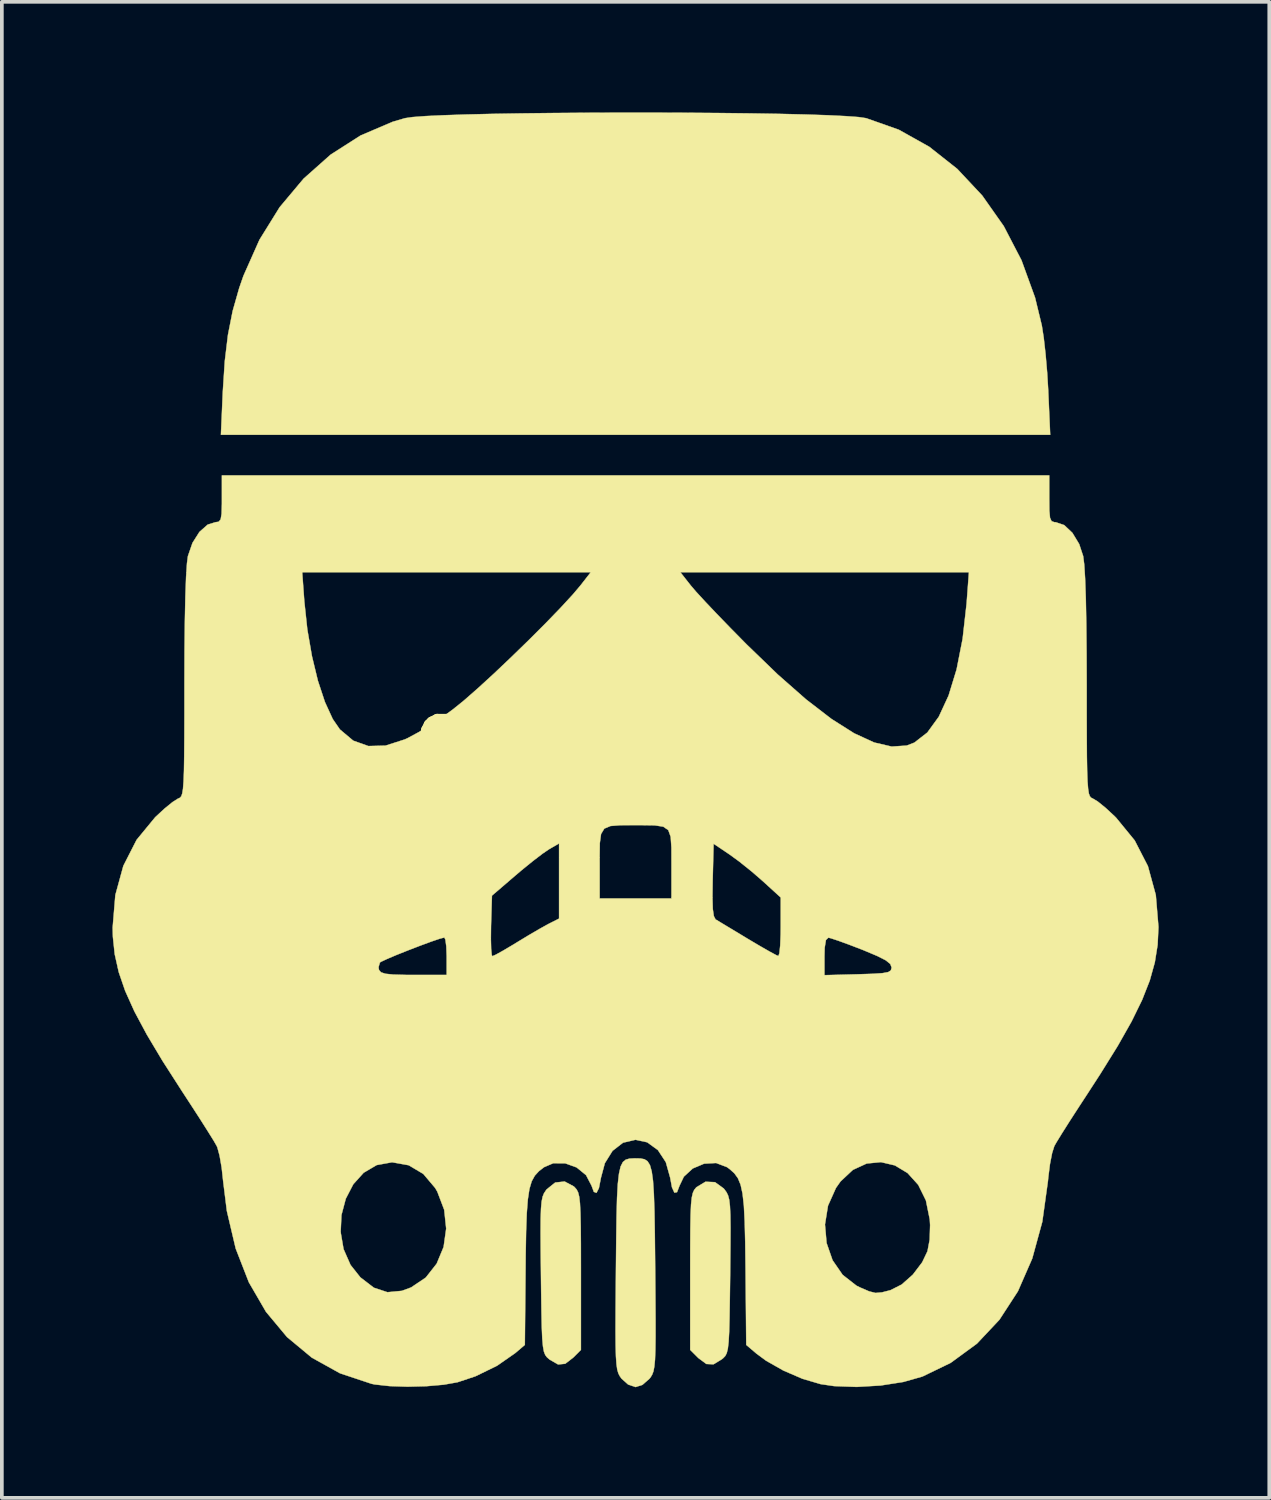
<source format=kicad_pcb>
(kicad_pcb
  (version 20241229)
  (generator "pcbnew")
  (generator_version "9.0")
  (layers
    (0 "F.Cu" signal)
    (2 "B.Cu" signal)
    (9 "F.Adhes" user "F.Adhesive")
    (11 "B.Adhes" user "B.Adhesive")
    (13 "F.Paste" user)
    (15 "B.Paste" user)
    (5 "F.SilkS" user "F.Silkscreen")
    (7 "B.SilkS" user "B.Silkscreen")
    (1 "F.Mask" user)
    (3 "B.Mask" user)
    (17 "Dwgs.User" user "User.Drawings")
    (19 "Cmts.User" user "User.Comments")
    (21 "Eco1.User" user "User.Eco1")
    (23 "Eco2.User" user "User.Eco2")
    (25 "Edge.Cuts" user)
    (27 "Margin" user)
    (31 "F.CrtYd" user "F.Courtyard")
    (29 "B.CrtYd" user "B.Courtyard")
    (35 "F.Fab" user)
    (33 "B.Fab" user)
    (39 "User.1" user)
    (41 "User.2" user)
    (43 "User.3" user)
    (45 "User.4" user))
  (footprint "Storm_silk"
    (layer "F.Cu")
    (at 14.143 17.293)
    (property "Reference" "Storm_silk" (at 0 0 0) (layer "F.SilkS") (effects (font (size 1.524 1.524) (thickness 0.3))))
    (attr through_hole)
    (fp_poly (pts (xy -1.631 11.832) (xy -1.609 11.853) (xy -1.556 11.914) (xy -1.516 11.992) (xy -1.486 12.109) (xy -1.465 12.287) (xy -1.452 12.545) (xy -1.444 12.905) (xy -1.44 13.389) (xy -1.439 14.017) (xy -1.439 14.143) (xy -1.439 16.264) (xy -1.647 16.472) (xy -1.864 16.64) (xy -2.058 16.659) (xy -2.28 16.532) (xy -2.298 16.518) (xy -2.36 16.464) (xy -2.407 16.402) (xy -2.443 16.309) (xy -2.469 16.166) (xy -2.488 15.951) (xy -2.501 15.642) (xy -2.51 15.219) (xy -2.518 14.661) (xy -2.523 14.248) (xy -2.53 13.596) (xy -2.533 13.091) (xy -2.531 12.712) (xy -2.522 12.436) (xy -2.505 12.243) (xy -2.478 12.11) (xy -2.44 12.016) (xy -2.389 11.939) (xy -2.369 11.912) (xy -2.137 11.726) (xy -1.881 11.698) (xy -1.631 11.832)) (stroke (width 0.01) (type solid)) (fill yes) (layer "F.SilkS"))
    (fp_poly (pts (xy 2.197 11.716) (xy 2.433 11.887) (xy 2.453 11.912) (xy 2.509 11.989) (xy 2.551 12.075) (xy 2.582 12.192) (xy 2.602 12.363) (xy 2.614 12.607) (xy 2.618 12.949) (xy 2.616 13.409) (xy 2.61 14.008) (xy 2.608 14.248) (xy 2.599 14.899) (xy 2.591 15.401) (xy 2.581 15.777) (xy 2.566 16.046) (xy 2.545 16.23) (xy 2.515 16.351) (xy 2.475 16.429) (xy 2.422 16.485) (xy 2.382 16.518) (xy 2.157 16.655) (xy 1.962 16.646) (xy 1.749 16.488) (xy 1.732 16.472) (xy 1.524 16.264) (xy 1.524 14.143) (xy 1.525 13.488) (xy 1.528 12.98) (xy 1.535 12.6) (xy 1.547 12.325) (xy 1.567 12.135) (xy 1.595 12.009) (xy 1.633 11.926) (xy 1.683 11.864) (xy 1.693 11.853) (xy 1.94 11.704) (xy 2.197 11.716)) (stroke (width 0.01) (type solid)) (fill yes) (layer "F.SilkS"))
    (fp_poly (pts (xy 0.175 11.073) (xy 0.283 11.094) (xy 0.368 11.149) (xy 0.433 11.254) (xy 0.481 11.426) (xy 0.516 11.68) (xy 0.539 12.035) (xy 0.555 12.505) (xy 0.565 13.107) (xy 0.573 13.857) (xy 0.575 14.084) (xy 0.581 14.837) (xy 0.585 15.439) (xy 0.585 15.909) (xy 0.58 16.266) (xy 0.57 16.528) (xy 0.552 16.714) (xy 0.528 16.843) (xy 0.494 16.933) (xy 0.452 17.004) (xy 0.42 17.045) (xy 0.229 17.212) (xy 0.042 17.272) (xy -0.159 17.203) (xy -0.336 17.045) (xy -0.385 16.977) (xy -0.424 16.901) (xy -0.454 16.798) (xy -0.475 16.649) (xy -0.49 16.435) (xy -0.498 16.138) (xy -0.501 15.739) (xy -0.499 15.22) (xy -0.494 14.561) (xy -0.49 14.084) (xy -0.482 13.291) (xy -0.473 12.651) (xy -0.46 12.148) (xy -0.439 11.764) (xy -0.407 11.485) (xy -0.363 11.292) (xy -0.302 11.171) (xy -0.223 11.105) (xy -0.122 11.077) (xy 0.004 11.07) (xy 0.042 11.07) (xy 0.175 11.073)) (stroke (width 0.01) (type solid)) (fill yes) (layer "F.SilkS"))
    (fp_poly (pts (xy 0.515 -17.288) (xy 1.432 -17.285) (xy 2.322 -17.278) (xy 3.167 -17.268) (xy 3.949 -17.255) (xy 4.651 -17.238) (xy 5.255 -17.218) (xy 5.743 -17.194) (xy 6.096 -17.168) (xy 6.295 -17.138) (xy 7.181 -16.825) (xy 8.008 -16.362) (xy 8.766 -15.763) (xy 9.443 -15.041) (xy 10.028 -14.21) (xy 10.509 -13.284) (xy 10.876 -12.274) (xy 11.06 -11.515) (xy 11.112 -11.18) (xy 11.162 -10.734) (xy 11.205 -10.233) (xy 11.235 -9.734) (xy 11.235 -9.716) (xy 11.287 -8.551) (xy -11.202 -8.551) (xy -11.151 -9.716) (xy -11.097 -10.549) (xy -11.011 -11.264) (xy -10.884 -11.908) (xy -10.707 -12.53) (xy -10.591 -12.864) (xy -10.156 -13.842) (xy -9.609 -14.724) (xy -8.961 -15.497) (xy -8.226 -16.15) (xy -7.416 -16.668) (xy -6.545 -17.04) (xy -6.211 -17.138) (xy -6.006 -17.168) (xy -5.649 -17.195) (xy -5.159 -17.218) (xy -4.553 -17.238) (xy -3.849 -17.255) (xy -3.065 -17.268) (xy -2.219 -17.278) (xy -1.328 -17.285) (xy -0.411 -17.288) (xy 0.515 -17.288)) (stroke (width 0.01) (type solid)) (fill yes) (layer "F.SilkS"))
    (fp_poly (pts (xy 11.261 -6.816) (xy 11.264 -6.491) (xy 11.282 -6.301) (xy 11.324 -6.21) (xy 11.399 -6.182) (xy 11.437 -6.181) (xy 11.667 -6.103) (xy 11.889 -5.893) (xy 12.073 -5.589) (xy 12.181 -5.262) (xy 12.21 -5.036) (xy 12.234 -4.649) (xy 12.253 -4.111) (xy 12.266 -3.432) (xy 12.274 -2.62) (xy 12.277 -1.78) (xy 12.277 -0.982) (xy 12.279 -0.337) (xy 12.282 0.171) (xy 12.289 0.56) (xy 12.299 0.846) (xy 12.315 1.045) (xy 12.335 1.175) (xy 12.363 1.251) (xy 12.398 1.291) (xy 12.441 1.311) (xy 12.441 1.311) (xy 12.578 1.394) (xy 12.789 1.565) (xy 13.033 1.791) (xy 13.072 1.83) (xy 13.578 2.448) (xy 13.937 3.146) (xy 14.151 3.929) (xy 14.223 4.796) (xy 14.2 5.278) (xy 14.124 5.755) (xy 13.987 6.247) (xy 13.779 6.775) (xy 13.493 7.359) (xy 13.119 8.02) (xy 12.648 8.778) (xy 12.348 9.241) (xy 12.07 9.667) (xy 11.817 10.058) (xy 11.609 10.387) (xy 11.462 10.626) (xy 11.399 10.736) (xy 11.339 10.926) (xy 11.28 11.229) (xy 11.235 11.586) (xy 11.226 11.684) (xy 11.073 12.788) (xy 10.8 13.786) (xy 10.412 14.674) (xy 9.911 15.445) (xy 9.301 16.094) (xy 8.586 16.617) (xy 7.821 16.987) (xy 7.303 17.134) (xy 6.688 17.23) (xy 6.041 17.268) (xy 5.428 17.246) (xy 5.06 17.192) (xy 4.568 17.047) (xy 4.051 16.824) (xy 3.581 16.557) (xy 3.321 16.365) (xy 3.044 16.129) (xy 3.025 14.055) (xy 3.016 13.346) (xy 3.004 12.863) (xy 5.179 12.863) (xy 5.223 13.367) (xy 5.385 13.833) (xy 5.658 14.229) (xy 6.034 14.523) (xy 6.129 14.57) (xy 6.377 14.677) (xy 6.55 14.72) (xy 6.725 14.704) (xy 6.955 14.645) (xy 7.26 14.491) (xy 7.562 14.223) (xy 7.815 13.89) (xy 7.959 13.588) (xy 8.018 13.276) (xy 8.03 12.879) (xy 8.021 12.728) (xy 7.916 12.21) (xy 7.708 11.788) (xy 7.42 11.469) (xy 7.075 11.261) (xy 6.697 11.172) (xy 6.31 11.21) (xy 5.936 11.382) (xy 5.6 11.697) (xy 5.477 11.872) (xy 5.261 12.354) (xy 5.179 12.863) (xy 3.004 12.863) (xy 3.002 12.786) (xy 2.98 12.353) (xy 2.944 12.027) (xy 2.891 11.785) (xy 2.818 11.608) (xy 2.72 11.473) (xy 2.594 11.361) (xy 2.522 11.308) (xy 2.227 11.196) (xy 1.902 11.214) (xy 1.594 11.344) (xy 1.352 11.566) (xy 1.235 11.811) (xy 1.167 11.987) (xy 1.096 12) (xy 1.03 11.856) (xy 0.981 11.594) (xy 0.863 11.173) (xy 0.648 10.845) (xy 0.357 10.634) (xy 0.042 10.566) (xy -0.297 10.645) (xy -0.582 10.866) (xy -0.791 11.202) (xy -0.896 11.594) (xy -0.951 11.876) (xy -1.018 12.006) (xy -1.089 11.978) (xy -1.151 11.811) (xy -1.3 11.525) (xy -1.556 11.316) (xy -1.87 11.203) (xy -2.194 11.204) (xy -2.437 11.308) (xy -2.578 11.417) (xy -2.689 11.538) (xy -2.774 11.692) (xy -2.836 11.9) (xy -2.879 12.183) (xy -2.908 12.561) (xy -2.926 13.057) (xy -2.937 13.691) (xy -2.94 14.055) (xy -2.96 16.129) (xy -3.221 16.351) (xy -3.712 16.693) (xy -4.295 16.978) (xy -4.787 17.142) (xy -5.16 17.208) (xy -5.632 17.249) (xy -6.142 17.262) (xy -6.628 17.246) (xy -7.027 17.202) (xy -7.119 17.183) (xy -7.974 16.898) (xy -8.739 16.473) (xy -9.409 15.916) (xy -9.979 15.233) (xy -10.445 14.43) (xy -10.801 13.516) (xy -10.906 13.071) (xy -7.955 13.071) (xy -7.876 13.532) (xy -7.687 13.961) (xy -7.421 14.297) (xy -7.053 14.579) (xy -6.686 14.7) (xy -6.296 14.663) (xy -6.044 14.57) (xy -5.647 14.303) (xy -5.351 13.926) (xy -5.163 13.473) (xy -5.093 12.975) (xy -5.147 12.464) (xy -5.334 11.973) (xy -5.393 11.872) (xy -5.714 11.492) (xy -6.109 11.257) (xy -6.56 11.176) (xy -6.56 11.176) (xy -6.978 11.252) (xy -7.331 11.46) (xy -7.613 11.773) (xy -7.816 12.164) (xy -7.933 12.606) (xy -7.955 13.071) (xy -10.906 13.071) (xy -11.041 12.497) (xy -11.142 11.684) (xy -11.182 11.321) (xy -11.238 10.998) (xy -11.299 10.772) (xy -11.315 10.736) (xy -11.398 10.591) (xy -11.558 10.334) (xy -11.775 9.992) (xy -12.033 9.593) (xy -12.257 9.25) (xy -12.786 8.426) (xy -13.213 7.711) (xy -13.548 7.085) (xy -13.799 6.527) (xy -13.974 6.017) (xy -14.002 5.89) (xy -6.929 5.89) (xy -6.914 5.963) (xy -6.862 6.024) (xy -6.742 6.064) (xy -6.525 6.086) (xy -6.182 6.095) (xy -5.972 6.096) (xy -5.08 6.096) (xy -5.08 5.591) (xy 5.165 5.591) (xy 5.165 6.102) (xy 6.075 6.078) (xy 6.478 6.065) (xy 6.741 6.047) (xy 6.893 6.019) (xy 6.965 5.974) (xy 6.985 5.906) (xy 6.985 5.89) (xy 6.95 5.798) (xy 6.829 5.7) (xy 6.597 5.582) (xy 6.231 5.428) (xy 6.181 5.408) (xy 5.832 5.274) (xy 5.538 5.167) (xy 5.335 5.1) (xy 5.271 5.085) (xy 5.205 5.149) (xy 5.171 5.358) (xy 5.165 5.591) (xy -5.08 5.591) (xy -5.08 5.588) (xy -5.09 5.32) (xy -5.115 5.136) (xy -5.125 5.116) (xy -3.881 5.116) (xy -3.874 5.392) (xy -3.857 5.557) (xy -3.841 5.588) (xy -3.747 5.546) (xy -3.546 5.435) (xy -3.278 5.276) (xy -3.182 5.217) (xy -2.862 5.023) (xy -2.561 4.847) (xy -2.336 4.722) (xy -2.307 4.707) (xy -2.032 4.568) (xy -2.032 2.903) (xy -0.932 2.903) (xy -0.931 3.079) (xy -0.931 4.022) (xy 1.016 4.022) (xy 1.016 3.995) (xy 2.128 3.995) (xy 2.137 4.309) (xy 2.165 4.5) (xy 2.211 4.589) (xy 2.219 4.594) (xy 2.334 4.663) (xy 2.558 4.798) (xy 2.856 4.977) (xy 3.09 5.119) (xy 3.411 5.309) (xy 3.678 5.462) (xy 3.858 5.559) (xy 3.916 5.583) (xy 3.943 5.507) (xy 3.965 5.298) (xy 3.977 4.993) (xy 3.979 4.792) (xy 3.979 3.996) (xy 3.497 3.556) (xy 3.188 3.288) (xy 2.855 3.021) (xy 2.587 2.826) (xy 2.159 2.538) (xy 2.134 3.534) (xy 2.128 3.995) (xy 1.016 3.995) (xy 1.016 3.079) (xy 1.015 2.644) (xy 0.995 2.35) (xy 0.93 2.169) (xy 0.794 2.075) (xy 0.561 2.039) (xy 0.206 2.034) (xy 0.042 2.034) (xy -0.364 2.035) (xy -0.637 2.057) (xy -0.805 2.127) (xy -0.893 2.273) (xy -0.927 2.522) (xy -0.932 2.903) (xy -2.032 2.903) (xy -2.032 2.53) (xy -2.297 2.683) (xy -2.477 2.805) (xy -2.74 3.006) (xy -3.043 3.252) (xy -3.207 3.391) (xy -3.852 3.945) (xy -3.877 4.767) (xy -3.881 5.116) (xy -5.125 5.116) (xy -5.144 5.081) (xy -5.261 5.111) (xy -5.491 5.189) (xy -5.792 5.3) (xy -6.122 5.427) (xy -6.438 5.553) (xy -6.698 5.663) (xy -6.86 5.739) (xy -6.89 5.758) (xy -6.929 5.89) (xy -14.002 5.89) (xy -14.082 5.534) (xy -14.132 5.059) (xy -14.138 4.811) (xy -14.065 3.929) (xy -13.848 3.137) (xy -13.489 2.433) (xy -12.986 1.821) (xy -12.981 1.816) (xy -12.736 1.589) (xy -12.518 1.411) (xy -12.368 1.315) (xy -12.356 1.311) (xy -12.313 1.291) (xy -12.278 1.251) (xy -12.251 1.175) (xy -12.23 1.046) (xy -12.215 0.846) (xy -12.204 0.561) (xy -12.198 0.172) (xy -12.194 -0.336) (xy -12.192 -0.98) (xy -12.192 -1.778) (xy -12.192 -1.78) (xy -12.189 -2.703) (xy -12.18 -3.502) (xy -12.166 -4.168) (xy -12.147 -4.692) (xy -12.138 -4.826) (xy -8.998 -4.826) (xy -8.94 -4.033) (xy -8.859 -3.274) (xy -8.733 -2.547) (xy -8.572 -1.881) (xy -8.381 -1.304) (xy -8.17 -0.844) (xy -7.976 -0.562) (xy -7.613 -0.257) (xy -7.203 -0.111) (xy -6.738 -0.123) (xy -6.215 -0.291) (xy -6.138 -0.326) (xy -5.844 -0.485) (xy -5.476 -0.713) (xy -5.094 -0.971) (xy -4.911 -1.105) (xy -4.616 -1.343) (xy -4.235 -1.677) (xy -3.795 -2.08) (xy -3.324 -2.527) (xy -2.848 -2.99) (xy -2.394 -3.444) (xy -1.989 -3.863) (xy -1.661 -4.219) (xy -1.452 -4.466) (xy -1.171 -4.826) (xy 1.256 -4.826) (xy 1.538 -4.467) (xy 1.685 -4.295) (xy 1.929 -4.03) (xy 2.246 -3.695) (xy 2.612 -3.317) (xy 3.004 -2.919) (xy 3.048 -2.874) (xy 3.898 -2.053) (xy 4.666 -1.377) (xy 5.357 -0.845) (xy 5.972 -0.456) (xy 6.515 -0.207) (xy 6.988 -0.097) (xy 7.395 -0.124) (xy 7.603 -0.204) (xy 7.955 -0.478) (xy 8.266 -0.907) (xy 8.531 -1.48) (xy 8.748 -2.188) (xy 8.912 -3.021) (xy 9.019 -3.967) (xy 9.024 -4.033) (xy 9.083 -4.826) (xy 1.256 -4.826) (xy -1.171 -4.826) (xy -8.998 -4.826) (xy -12.138 -4.826) (xy -12.123 -5.064) (xy -12.097 -5.262) (xy -11.973 -5.621) (xy -11.785 -5.918) (xy -11.561 -6.116) (xy -11.352 -6.181) (xy -11.262 -6.194) (xy -11.209 -6.258) (xy -11.184 -6.408) (xy -11.176 -6.679) (xy -11.176 -6.816) (xy -11.176 -7.451) (xy 11.261 -7.451) (xy 11.261 -6.816)) (stroke (width 0.01) (type solid)) (fill yes) (layer "F.SilkS")))
  (gr_rect
    (start -3 -3)
    (end 31.371 37.57)
    (stroke (width 0.1) (type default))
    (fill no)
    (layer "Edge.Cuts")))
</source>
